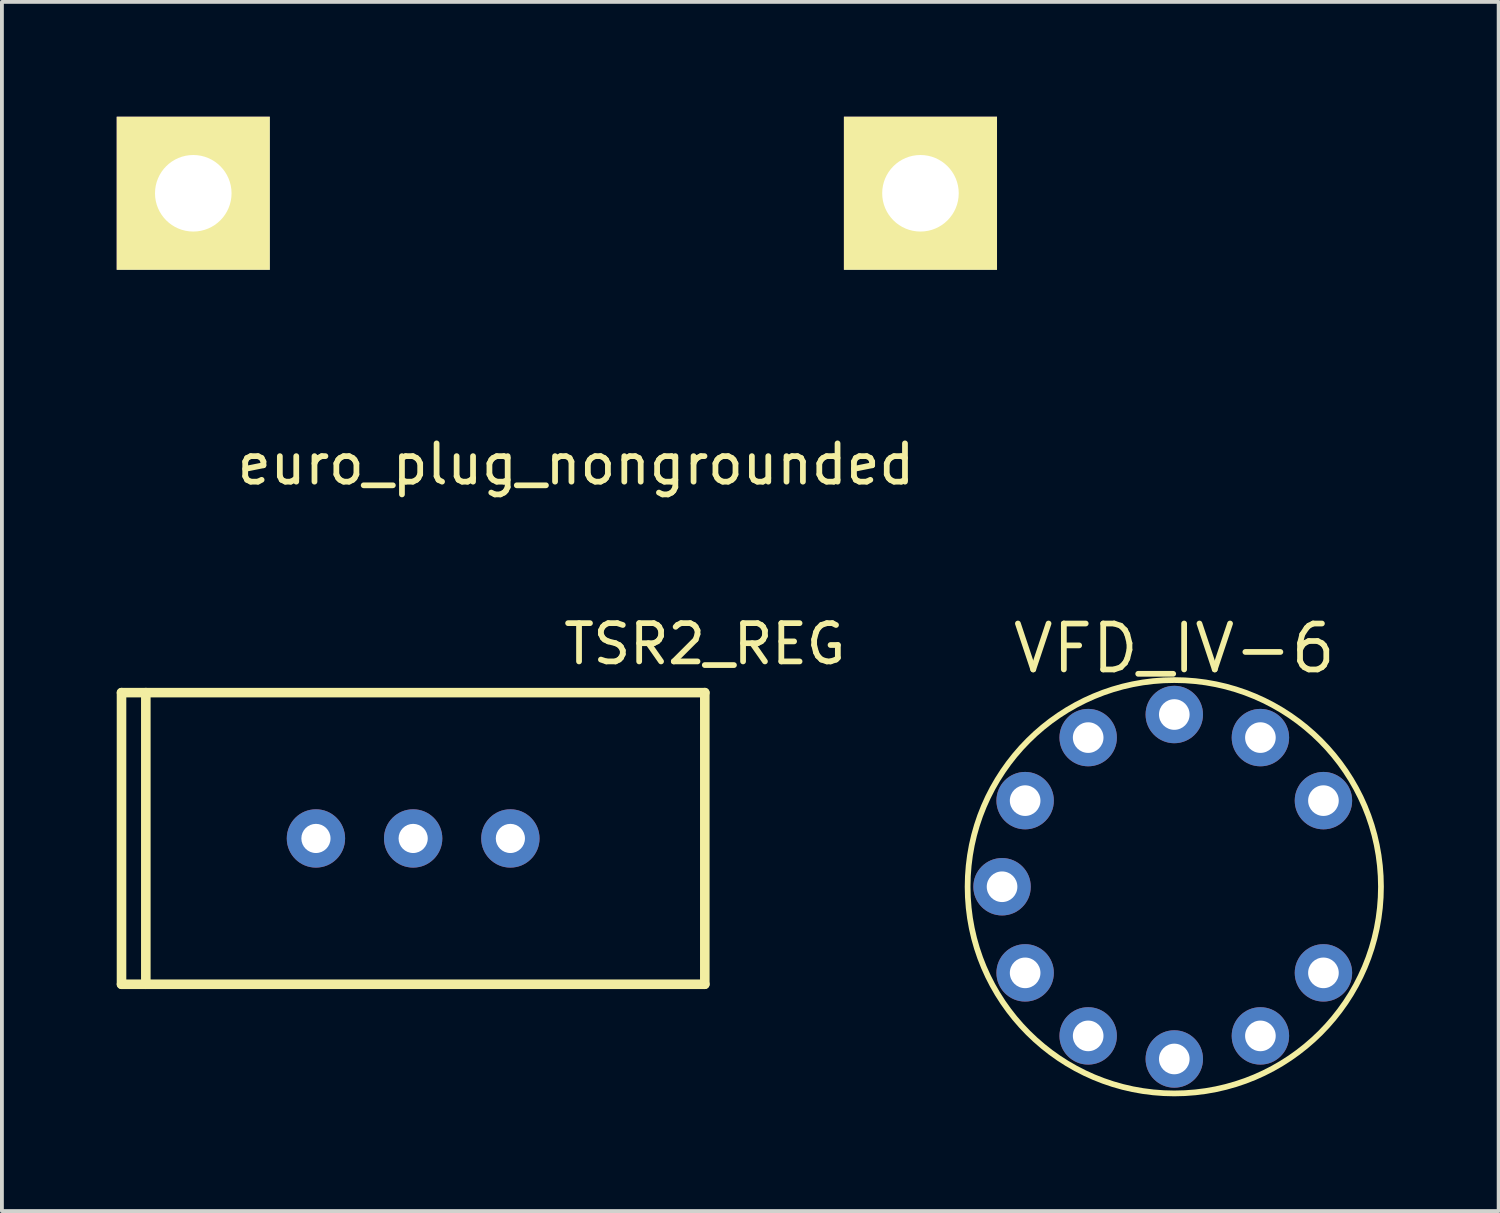
<source format=kicad_pcb>
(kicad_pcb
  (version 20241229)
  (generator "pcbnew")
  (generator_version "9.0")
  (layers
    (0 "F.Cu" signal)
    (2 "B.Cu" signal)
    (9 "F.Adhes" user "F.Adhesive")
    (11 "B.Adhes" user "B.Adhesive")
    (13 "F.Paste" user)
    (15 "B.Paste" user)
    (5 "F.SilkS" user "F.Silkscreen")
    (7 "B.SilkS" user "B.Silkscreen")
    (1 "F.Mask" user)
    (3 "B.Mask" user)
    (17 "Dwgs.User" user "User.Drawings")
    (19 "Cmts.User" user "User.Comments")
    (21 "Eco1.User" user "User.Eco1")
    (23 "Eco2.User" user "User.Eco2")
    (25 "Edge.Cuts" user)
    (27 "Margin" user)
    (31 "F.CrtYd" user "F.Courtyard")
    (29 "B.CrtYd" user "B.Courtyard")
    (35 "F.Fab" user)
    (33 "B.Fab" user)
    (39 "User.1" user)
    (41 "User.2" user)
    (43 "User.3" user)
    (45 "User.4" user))
  (footprint "VFD_IV-6"
    (layer "F.Cu")
    (at 27.632 20.119)
    (property "Reference" "VFD_IV-6" (at 0 -6.225 0) (layer "F.SilkS") (effects (font (size 1.2 1.2) (thickness 0.15))))
    (attr through_hole)
    (fp_circle (center 0 0) (end 0 5.4) (stroke (width 0.15) (type solid)) (fill no) (layer "F.SilkS"))
    (pad "1" thru_hole oval (at 3.897 -2.25) (size 1.5 1.5) (drill 0.8) (layers "*.Cu" "*.Mask"))
    (pad "2" thru_hole oval (at 2.25 -3.897) (size 1.5 1.5) (drill 0.8) (layers "*.Cu" "*.Mask"))
    (pad "3" thru_hole oval (at 0 -4.5) (size 1.5 1.5) (drill 0.8) (layers "*.Cu" "*.Mask"))
    (pad "4" thru_hole oval (at -2.25 -3.897) (size 1.5 1.5) (drill 0.8) (layers "*.Cu" "*.Mask"))
    (pad "5" thru_hole oval (at -3.897 -2.25) (size 1.5 1.5) (drill 0.8) (layers "*.Cu" "*.Mask"))
    (pad "6" thru_hole oval (at -4.5 0) (size 1.5 1.5) (drill 0.8) (layers "*.Cu" "*.Mask"))
    (pad "7" thru_hole oval (at -3.897 2.25) (size 1.5 1.5) (drill 0.8) (layers "*.Cu" "*.Mask"))
    (pad "8" thru_hole oval (at -2.25 3.897) (size 1.5 1.5) (drill 0.8) (layers "*.Cu" "*.Mask"))
    (pad "9" thru_hole oval (at 0 4.5) (size 1.5 1.5) (drill 0.8) (layers "*.Cu" "*.Mask"))
    (pad "10" thru_hole oval (at 2.25 3.897) (size 1.5 1.5) (drill 0.8) (layers "*.Cu" "*.Mask"))
    (pad "11" thru_hole oval (at 3.897 2.25) (size 1.5 1.5) (drill 0.8) (layers "*.Cu" "*.Mask")))
  (footprint "euro_plug_nongrounded"
    (layer "F.Cu")
    (at 12 4)
    (property "Reference" "euro_plug_nongrounded" (at 0 5.08 0) (layer "F.SilkS") (effects (font (size 1 1) (thickness 0.15))))
    (attr through_hole)
    (pad "1" thru_hole rect (at -10 -2) (size 4 4) (drill 2) (layers "*.Cu" "*.Mask" "F.SilkS"))
    (pad "2" thru_hole rect (at 9 -2) (size 4 4) (drill 2) (layers "*.Cu" "*.Mask" "F.SilkS")))
  (footprint "TSR2_REG"
    (layer "F.Cu")
    (at 7.745 18.857)
    (property "Reference" "TSR2_REG" (at 7.62 -5.08 0) (layer "F.SilkS") (effects (font (size 1 1) (thickness 0.15))))
    (attr through_hole)
    (fp_line (start -7.62 -3.81) (end 7.62 -3.81) (stroke (width 0.25) (type solid)) (layer "F.SilkS"))
    (fp_line (start -7.62 3.81) (end -7.62 -3.81) (stroke (width 0.25) (type solid)) (layer "F.SilkS"))
    (fp_line (start -6.985 -3.81) (end -6.985 3.81) (stroke (width 0.25) (type solid)) (layer "F.SilkS"))
    (fp_line (start 7.62 -3.81) (end 7.62 3.81) (stroke (width 0.25) (type solid)) (layer "F.SilkS"))
    (fp_line (start 7.62 3.81) (end -7.62 3.81) (stroke (width 0.25) (type solid)) (layer "F.SilkS"))
    (pad "1" thru_hole circle (at -2.54 0) (size 1.524 1.524) (drill 0.762) (layers "*.Cu" "*.Mask"))
    (pad "2" thru_hole circle (at 0 0) (size 1.524 1.524) (drill 0.762) (layers "*.Cu" "*.Mask"))
    (pad "3" thru_hole circle (at 2.54 0) (size 1.524 1.524) (drill 0.762) (layers "*.Cu" "*.Mask")))
  (gr_rect
    (start -3 -3)
    (end 36.107 28.593)
    (stroke (width 0.1) (type default))
    (fill no)
    (layer "Edge.Cuts")))
</source>
